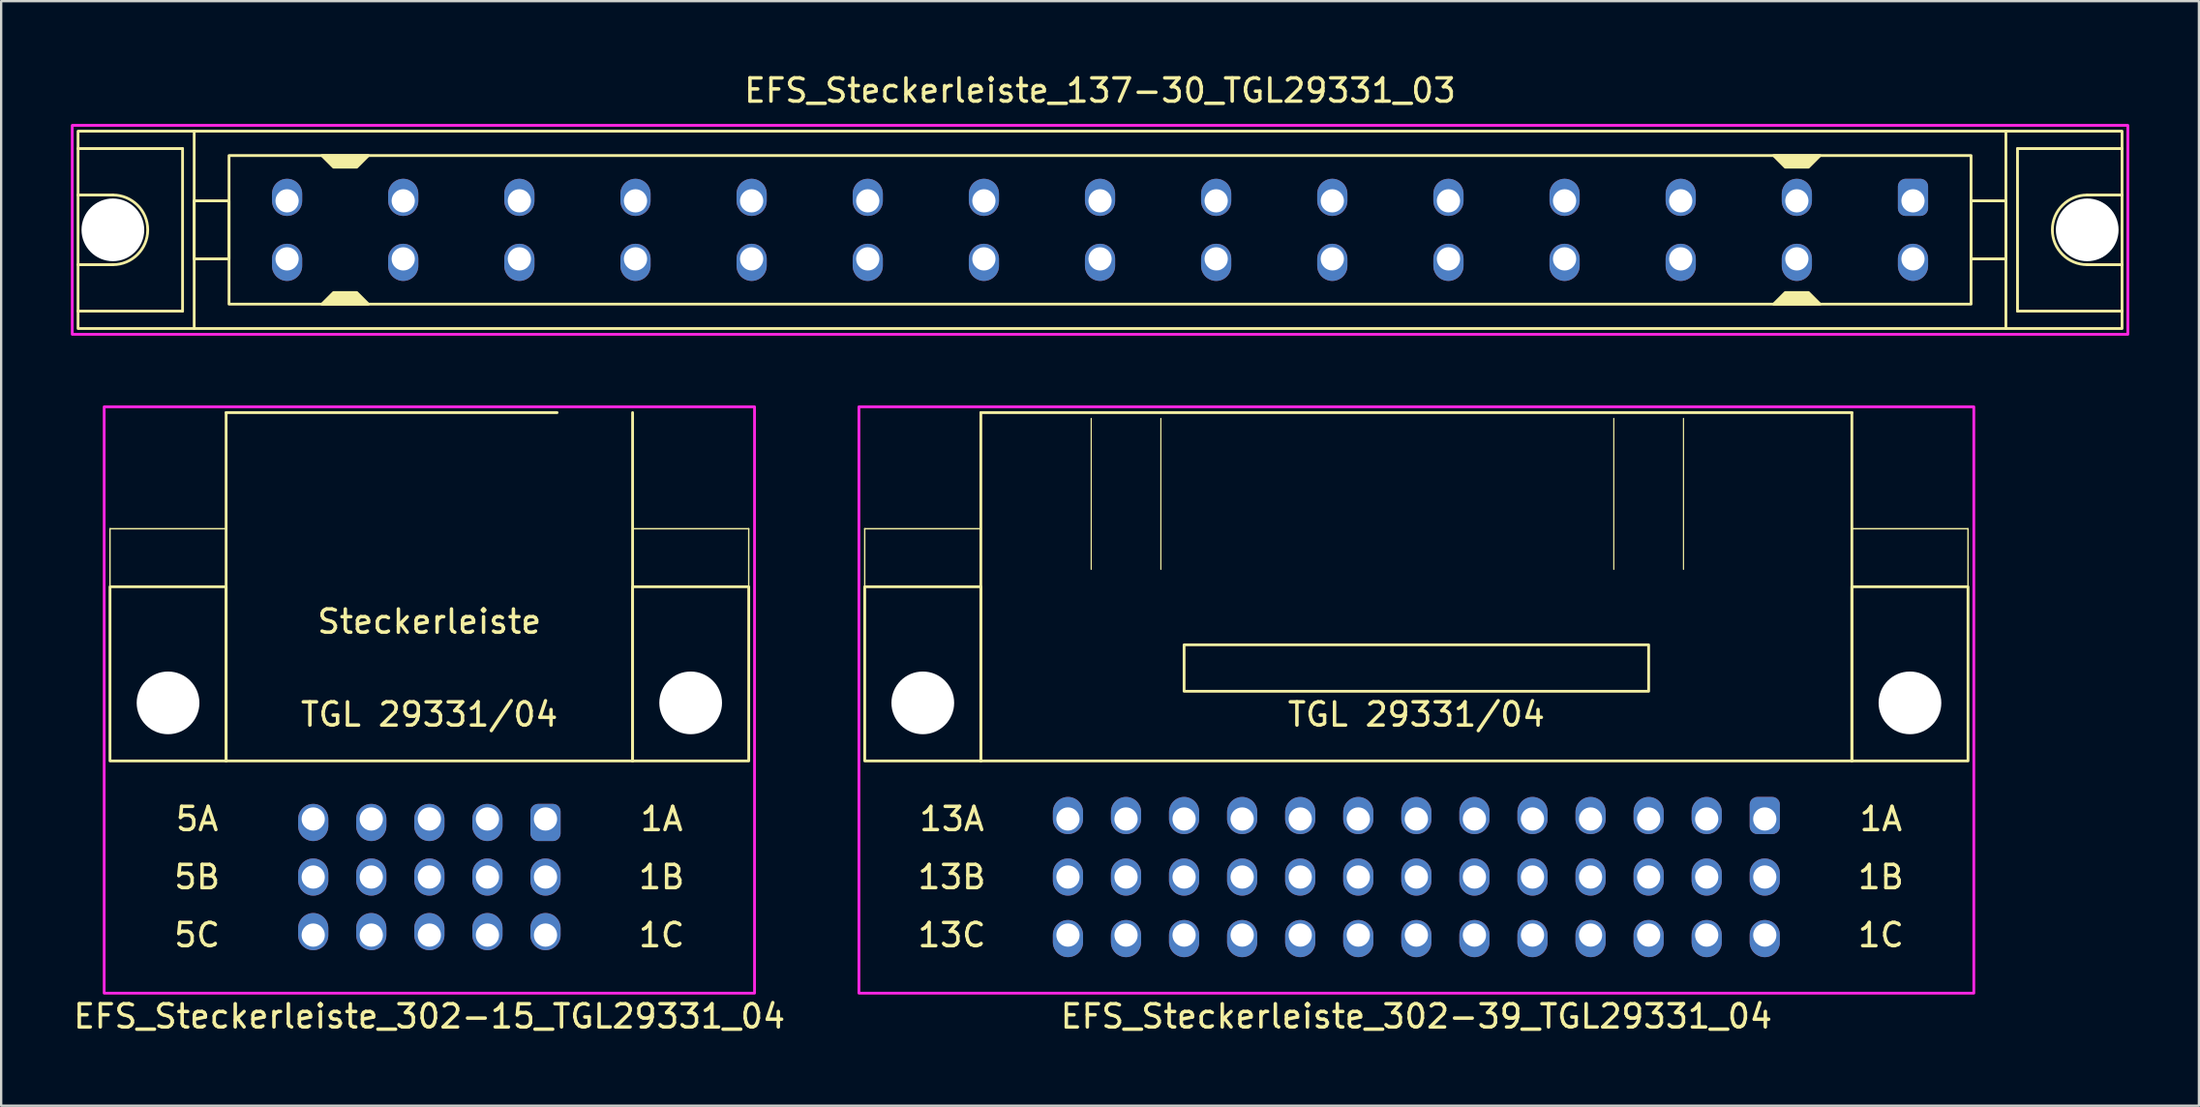
<source format=kicad_pcb>
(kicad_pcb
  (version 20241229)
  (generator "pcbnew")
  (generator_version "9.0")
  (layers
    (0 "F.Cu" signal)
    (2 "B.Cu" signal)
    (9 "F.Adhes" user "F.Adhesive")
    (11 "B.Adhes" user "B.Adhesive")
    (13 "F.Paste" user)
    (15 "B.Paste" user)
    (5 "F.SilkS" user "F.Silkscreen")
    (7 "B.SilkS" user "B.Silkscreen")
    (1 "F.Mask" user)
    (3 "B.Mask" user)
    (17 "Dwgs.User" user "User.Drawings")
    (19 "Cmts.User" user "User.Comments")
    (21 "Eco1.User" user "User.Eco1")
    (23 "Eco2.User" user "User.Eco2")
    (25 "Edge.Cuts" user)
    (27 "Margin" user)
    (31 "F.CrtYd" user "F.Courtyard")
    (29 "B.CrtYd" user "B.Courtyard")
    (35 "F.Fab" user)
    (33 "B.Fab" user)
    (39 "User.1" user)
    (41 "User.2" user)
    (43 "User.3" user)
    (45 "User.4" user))
  (footprint "EFS_Steckerleiste_302-39_TGL29331_04"
    (layer "F.Cu")
    (at 57.929 19.718)
    (property "Reference" "EFS_Steckerleiste_302-39_TGL29331_04" (at 0 21 180) (layer "F.SilkS") (effects (font (size 1 1) (thickness 0.15))))
    (attr through_hole)
    (fp_line (start -23.75 0) (end -23.75 2.5) (stroke (width 0.06) (type solid)) (layer "F.SilkS"))
    (fp_line (start -18.75 -5) (end -18.75 10) (stroke (width 0.12) (type solid)) (layer "F.SilkS"))
    (fp_line (start -18.75 -5) (end 18.75 -5) (stroke (width 0.12) (type solid)) (layer "F.SilkS"))
    (fp_line (start -18.75 0) (end -23.75 0) (stroke (width 0.06) (type solid)) (layer "F.SilkS"))
    (fp_line (start -18.75 10) (end 18.75 10) (stroke (width 0.12) (type solid)) (layer "F.SilkS"))
    (fp_line (start -14 -4.75) (end -14 1.75) (stroke (width 0.05) (type solid)) (layer "F.SilkS"))
    (fp_line (start -11 -4.75) (end -11 1.75) (stroke (width 0.05) (type solid)) (layer "F.SilkS"))
    (fp_line (start 8.5 -4.75) (end 8.5 1.75) (stroke (width 0.05) (type solid)) (layer "F.SilkS"))
    (fp_line (start 11.5 -4.75) (end 11.5 1.75) (stroke (width 0.05) (type solid)) (layer "F.SilkS"))
    (fp_line (start 18.75 10) (end 18.75 -5) (stroke (width 0.12) (type solid)) (layer "F.SilkS"))
    (fp_line (start 23.75 0) (end 18.75 0) (stroke (width 0.06) (type solid)) (layer "F.SilkS"))
    (fp_line (start 23.75 0) (end 23.75 2.5) (stroke (width 0.06) (type solid)) (layer "F.SilkS"))
    (fp_rect (start -18.75 10) (end -23.75 2.5) (stroke (width 0.12) (type solid)) (fill no) (layer "F.SilkS"))
    (fp_rect (start -10 7) (end 10 5) (stroke (width 0.12) (type solid)) (fill no) (layer "F.SilkS"))
    (fp_rect (start 23.75 10) (end 18.75 2.5) (stroke (width 0.12) (type solid)) (fill no) (layer "F.SilkS"))
    (fp_rect (start -24 -5.25) (end 24 20) (stroke (width 0.12) (type solid)) (fill no) (layer "F.CrtYd"))
    (fp_text user "13C" (at -20 17.5 0) (layer "F.SilkS") (effects (font (size 1 1) (thickness 0.15))))
    (fp_text user "1B" (at 20 15 0) (layer "F.SilkS") (effects (font (size 1 1) (thickness 0.15))))
    (fp_text user "1A" (at 20 12.5 0) (layer "F.SilkS") (effects (font (size 1 1) (thickness 0.15))))
    (fp_text user "1C" (at 20 17.5 0) (layer "F.SilkS") (effects (font (size 1 1) (thickness 0.15))))
    (fp_text user "TGL 29331/04" (at 0 8 0) (unlocked yes) (layer "F.SilkS") (effects (font (size 1 1) (thickness 0.15))))
    (fp_text user "13A" (at -20 12.5 0) (layer "F.SilkS") (effects (font (size 1 1) (thickness 0.15))))
    (fp_text user "13B" (at -20 15 0) (layer "F.SilkS") (effects (font (size 1 1) (thickness 0.15))))
    (pad "" np_thru_hole circle (at -21.25 7.5) (size 2.7 2.7) (drill 2.7) (layers "*.Cu" "*.Mask"))
    (pad "" np_thru_hole circle (at 21.25 7.5) (size 2.7 2.7) (drill 2.7) (layers "*.Cu" "*.Mask"))
    (pad "1a" thru_hole roundrect (at 15 12.5 180) (size 1.3 1.6) (drill 1 (offset 0 0.15)) (layers "*.Cu" "*.Mask") (roundrect_rratio 0.25))
    (pad "1b" thru_hole oval (at 15 15 180) (size 1.3 1.6) (drill 1) (layers "*.Cu" "*.Mask"))
    (pad "1c" thru_hole oval (at 15 17.5 180) (size 1.3 1.6) (drill 1 (offset 0 -0.15)) (layers "*.Cu" "*.Mask"))
    (pad "2a" thru_hole oval (at 12.5 12.5 180) (size 1.3 1.6) (drill 1 (offset 0 0.15)) (layers "*.Cu" "*.Mask"))
    (pad "2b" thru_hole oval (at 12.5 15 180) (size 1.3 1.6) (drill 1) (layers "*.Cu" "*.Mask"))
    (pad "2c" thru_hole oval (at 12.5 17.5 180) (size 1.3 1.6) (drill 1 (offset 0 -0.15)) (layers "*.Cu" "*.Mask"))
    (pad "3a" thru_hole oval (at 10 12.5 180) (size 1.3 1.6) (drill 1 (offset 0 0.15)) (layers "*.Cu" "*.Mask"))
    (pad "3b" thru_hole oval (at 10 15 180) (size 1.3 1.6) (drill 1) (layers "*.Cu" "*.Mask"))
    (pad "3c" thru_hole oval (at 10 17.5 180) (size 1.3 1.6) (drill 1 (offset 0 -0.15)) (layers "*.Cu" "*.Mask"))
    (pad "4a" thru_hole oval (at 7.5 12.5 180) (size 1.3 1.6) (drill 1 (offset 0 0.15)) (layers "*.Cu" "*.Mask"))
    (pad "4b" thru_hole oval (at 7.5 15 180) (size 1.3 1.6) (drill 1) (layers "*.Cu" "*.Mask"))
    (pad "4c" thru_hole oval (at 7.5 17.5 180) (size 1.3 1.6) (drill 1 (offset 0 -0.15)) (layers "*.Cu" "*.Mask"))
    (pad "5a" thru_hole oval (at 5 12.5 180) (size 1.3 1.6) (drill 1 (offset 0 0.15)) (layers "*.Cu" "*.Mask"))
    (pad "5b" thru_hole oval (at 5 15 180) (size 1.3 1.6) (drill 1) (layers "*.Cu" "*.Mask"))
    (pad "5c" thru_hole oval (at 5 17.5 180) (size 1.3 1.6) (drill 1 (offset 0 -0.15)) (layers "*.Cu" "*.Mask"))
    (pad "6a" thru_hole oval (at 2.5 12.5 180) (size 1.3 1.6) (drill 1 (offset 0 0.15)) (layers "*.Cu" "*.Mask"))
    (pad "6b" thru_hole oval (at 2.5 15 180) (size 1.3 1.6) (drill 1) (layers "*.Cu" "*.Mask"))
    (pad "6c" thru_hole oval (at 2.5 17.5 180) (size 1.3 1.6) (drill 1 (offset 0 -0.15)) (layers "*.Cu" "*.Mask"))
    (pad "7a" thru_hole oval (at 0 12.5 180) (size 1.3 1.6) (drill 1 (offset 0 0.15)) (layers "*.Cu" "*.Mask"))
    (pad "7b" thru_hole oval (at 0 15 180) (size 1.3 1.6) (drill 1) (layers "*.Cu" "*.Mask"))
    (pad "7c" thru_hole oval (at 0 17.5 180) (size 1.3 1.6) (drill 1 (offset 0 -0.15)) (layers "*.Cu" "*.Mask"))
    (pad "8a" thru_hole oval (at -2.5 12.5 180) (size 1.3 1.6) (drill 1 (offset 0 0.15)) (layers "*.Cu" "*.Mask"))
    (pad "8b" thru_hole oval (at -2.5 15 180) (size 1.3 1.6) (drill 1) (layers "*.Cu" "*.Mask"))
    (pad "8c" thru_hole oval (at -2.5 17.5 180) (size 1.3 1.6) (drill 1 (offset 0 -0.15)) (layers "*.Cu" "*.Mask"))
    (pad "9a" thru_hole oval (at -5 12.5 180) (size 1.3 1.6) (drill 1 (offset 0 0.15)) (layers "*.Cu" "*.Mask"))
    (pad "9b" thru_hole oval (at -5 15 180) (size 1.3 1.6) (drill 1) (layers "*.Cu" "*.Mask"))
    (pad "9c" thru_hole oval (at -5 17.5 180) (size 1.3 1.6) (drill 1 (offset 0 -0.15)) (layers "*.Cu" "*.Mask"))
    (pad "10a" thru_hole oval (at -7.5 12.5 180) (size 1.3 1.6) (drill 1 (offset 0 0.15)) (layers "*.Cu" "*.Mask"))
    (pad "10b" thru_hole oval (at -7.5 15 180) (size 1.3 1.6) (drill 1) (layers "*.Cu" "*.Mask"))
    (pad "10c" thru_hole oval (at -7.5 17.5 180) (size 1.3 1.6) (drill 1 (offset 0 -0.15)) (layers "*.Cu" "*.Mask"))
    (pad "11a" thru_hole oval (at -10 12.5 180) (size 1.3 1.6) (drill 1 (offset 0 0.15)) (layers "*.Cu" "*.Mask"))
    (pad "11b" thru_hole oval (at -10 15 180) (size 1.3 1.6) (drill 1) (layers "*.Cu" "*.Mask"))
    (pad "11c" thru_hole oval (at -10 17.5 180) (size 1.3 1.6) (drill 1 (offset 0 -0.15)) (layers "*.Cu" "*.Mask"))
    (pad "12a" thru_hole oval (at -12.5 12.5 180) (size 1.3 1.6) (drill 1 (offset 0 0.15)) (layers "*.Cu" "*.Mask"))
    (pad "12b" thru_hole oval (at -12.5 15 180) (size 1.3 1.6) (drill 1) (layers "*.Cu" "*.Mask"))
    (pad "12c" thru_hole oval (at -12.5 17.5 180) (size 1.3 1.6) (drill 1 (offset 0 -0.15)) (layers "*.Cu" "*.Mask"))
    (pad "13a" thru_hole oval (at -15 12.5 180) (size 1.3 1.6) (drill 1 (offset 0 0.15)) (layers "*.Cu" "*.Mask"))
    (pad "13b" thru_hole oval (at -15 15 180) (size 1.3 1.6) (drill 1) (layers "*.Cu" "*.Mask"))
    (pad "13c" thru_hole oval (at -15 17.5 180) (size 1.3 1.6) (drill 1 (offset 0 -0.15)) (layers "*.Cu" "*.Mask")))
  (footprint "EFS_Steckerleiste_302-15_TGL29331_04"
    (layer "F.Cu")
    (at 15.435 19.718)
    (property "Reference" "EFS_Steckerleiste_302-15_TGL29331_04" (at 0 21 180) (layer "F.SilkS") (effects (font (size 1 1) (thickness 0.15))))
    (attr through_hole)
    (fp_line (start -13.75 0) (end -13.75 2.5) (stroke (width 0.06) (type solid)) (layer "F.SilkS"))
    (fp_line (start -8.75 -5) (end -8.75 10) (stroke (width 0.12) (type solid)) (layer "F.SilkS"))
    (fp_line (start -8.75 -5) (end 5.5 -5) (stroke (width 0.12) (type solid)) (layer "F.SilkS"))
    (fp_line (start -8.75 0) (end -13.75 0) (stroke (width 0.06) (type solid)) (layer "F.SilkS"))
    (fp_line (start -8.75 10) (end 8.75 10) (stroke (width 0.12) (type solid)) (layer "F.SilkS"))
    (fp_line (start 8.75 10) (end 8.75 -5) (stroke (width 0.12) (type solid)) (layer "F.SilkS"))
    (fp_line (start 13.75 0) (end 8.75 0) (stroke (width 0.06) (type solid)) (layer "F.SilkS"))
    (fp_line (start 13.75 0) (end 13.75 2.5) (stroke (width 0.06) (type solid)) (layer "F.SilkS"))
    (fp_rect (start -8.75 10) (end -13.75 2.5) (stroke (width 0.12) (type solid)) (fill no) (layer "F.SilkS"))
    (fp_rect (start 13.75 10) (end 8.75 2.5) (stroke (width 0.12) (type solid)) (fill no) (layer "F.SilkS"))
    (fp_rect (start -14 -5.25) (end 14 20) (stroke (width 0.12) (type solid)) (fill no) (layer "F.CrtYd"))
    (fp_text user "TGL 29331/04" (at 0 8 0) (unlocked yes) (layer "F.SilkS") (effects (font (size 1 1) (thickness 0.15))))
    (fp_text user "5C" (at -10 17.5 0) (layer "F.SilkS") (effects (font (size 1 1) (thickness 0.15))))
    (fp_text user "1A" (at 10 12.5 0) (layer "F.SilkS") (effects (font (size 1 1) (thickness 0.15))))
    (fp_text user "Steckerleiste" (at 0 4 0) (unlocked yes) (layer "F.SilkS") (effects (font (size 1 1) (thickness 0.15))))
    (fp_text user "5B" (at -10 15 0) (layer "F.SilkS") (effects (font (size 1 1) (thickness 0.15))))
    (fp_text user "5A" (at -10 12.5 0) (layer "F.SilkS") (effects (font (size 1 1) (thickness 0.15))))
    (fp_text user "1C" (at 10 17.5 0) (layer "F.SilkS") (effects (font (size 1 1) (thickness 0.15))))
    (fp_text user "1B" (at 10 15 0) (layer "F.SilkS") (effects (font (size 1 1) (thickness 0.15))))
    (pad "" np_thru_hole circle (at -11.25 7.5) (size 2.7 2.7) (drill 2.7) (layers "*.Cu" "*.Mask"))
    (pad "" np_thru_hole circle (at 11.25 7.5) (size 2.7 2.7) (drill 2.7) (layers "*.Cu" "*.Mask"))
    (pad "1a" thru_hole roundrect (at 5 12.5 180) (size 1.3 1.6) (drill 1 (offset 0 -0.15)) (layers "*.Cu" "*.Mask") (roundrect_rratio 0.25))
    (pad "1b" thru_hole oval (at 5 15 180) (size 1.3 1.6) (drill 1) (layers "*.Cu" "*.Mask"))
    (pad "1c" thru_hole oval (at 5 17.5 180) (size 1.3 1.6) (drill 1 (offset 0 0.15)) (layers "*.Cu" "*.Mask"))
    (pad "2a" thru_hole oval (at 2.5 12.5 180) (size 1.3 1.6) (drill 1 (offset 0 -0.15)) (layers "*.Cu" "*.Mask"))
    (pad "2b" thru_hole oval (at 2.5 15 180) (size 1.3 1.6) (drill 1) (layers "*.Cu" "*.Mask"))
    (pad "2c" thru_hole oval (at 2.5 17.5 180) (size 1.3 1.6) (drill 1 (offset 0 0.15)) (layers "*.Cu" "*.Mask"))
    (pad "3a" thru_hole oval (at 0 12.5 180) (size 1.3 1.6) (drill 1 (offset 0 -0.15)) (layers "*.Cu" "*.Mask"))
    (pad "3b" thru_hole oval (at 0 15 180) (size 1.3 1.6) (drill 1) (layers "*.Cu" "*.Mask"))
    (pad "3c" thru_hole oval (at 0 17.5 180) (size 1.3 1.6) (drill 1 (offset 0 0.15)) (layers "*.Cu" "*.Mask"))
    (pad "4a" thru_hole oval (at -2.5 12.5 180) (size 1.3 1.6) (drill 1 (offset 0 -0.15)) (layers "*.Cu" "*.Mask"))
    (pad "4b" thru_hole oval (at -2.5 15 180) (size 1.3 1.6) (drill 1) (layers "*.Cu" "*.Mask"))
    (pad "4c" thru_hole oval (at -2.5 17.5 180) (size 1.3 1.6) (drill 1 (offset 0 0.15)) (layers "*.Cu" "*.Mask"))
    (pad "5a" thru_hole oval (at -5 12.5 180) (size 1.3 1.6) (drill 1 (offset 0 -0.15)) (layers "*.Cu" "*.Mask"))
    (pad "5b" thru_hole oval (at -5 15 180) (size 1.3 1.6) (drill 1) (layers "*.Cu" "*.Mask"))
    (pad "5c" thru_hole oval (at -5 17.5 180) (size 1.3 1.6) (drill 1 (offset 0 0.15)) (layers "*.Cu" "*.Mask")))
  (footprint "EFS_Steckerleiste_137-30_TGL29331_03"
    (layer "F.Cu")
    (at 44.31 6.848)
    (property "Reference" "EFS_Steckerleiste_137-30_TGL29331_03" (at 0 -6 180) (layer "F.SilkS") (effects (font (size 1 1) (thickness 0.15))))
    (attr through_hole)
    (fp_line (start -44 -3.5) (end -39.5 -3.5) (stroke (width 0.12) (type solid)) (layer "F.SilkS"))
    (fp_line (start -42.5 -1.5) (end -44 -1.5) (stroke (width 0.12) (type solid)) (layer "F.SilkS"))
    (fp_line (start -42.5 1.5) (end -44 1.5) (stroke (width 0.12) (type solid)) (layer "F.SilkS"))
    (fp_line (start -39.5 -3.5) (end -39.5 3.5) (stroke (width 0.12) (type solid)) (layer "F.SilkS"))
    (fp_line (start -39.5 3.5) (end -44 3.5) (stroke (width 0.12) (type solid)) (layer "F.SilkS"))
    (fp_line (start -39 4.25) (end -39 -4.25) (stroke (width 0.12) (type solid)) (layer "F.SilkS"))
    (fp_line (start 39 4.25) (end 39 -4.25) (stroke (width 0.12) (type solid)) (layer "F.SilkS"))
    (fp_line (start 39.5 -3.5) (end 39.5 3.5) (stroke (width 0.12) (type solid)) (layer "F.SilkS"))
    (fp_line (start 39.5 3.5) (end 44 3.5) (stroke (width 0.12) (type solid)) (layer "F.SilkS"))
    (fp_line (start 42.5 -1.5) (end 44 -1.5) (stroke (width 0.12) (type solid)) (layer "F.SilkS"))
    (fp_line (start 42.5 1.5) (end 44 1.5) (stroke (width 0.12) (type solid)) (layer "F.SilkS"))
    (fp_line (start 44 -3.5) (end 39.5 -3.5) (stroke (width 0.12) (type solid)) (layer "F.SilkS"))
    (fp_rect (start -44 -4.25) (end 44 4.25) (stroke (width 0.12) (type solid)) (fill no) (layer "F.SilkS"))
    (fp_rect (start -37.5 -3.2) (end 37.5 3.2) (stroke (width 0.12) (type solid)) (fill no) (layer "F.SilkS"))
    (fp_rect (start -37.5 -1.25) (end -39 1.25) (stroke (width 0.12) (type solid)) (fill no) (layer "F.SilkS"))
    (fp_rect (start 39 -1.25) (end 37.5 1.25) (stroke (width 0.12) (type solid)) (fill no) (layer "F.SilkS"))
    (fp_arc (start -42.5 -1.5) (mid -41 0) (end -42.5 1.5) (stroke (width 0.12) (type solid)) (layer "F.SilkS"))
    (fp_arc (start 42.5 1.5) (mid 41 0) (end 42.5 -1.5) (stroke (width 0.12) (type solid)) (layer "F.SilkS"))
    (fp_poly (pts (xy -33 2.7) (xy -32 2.7) (xy -31.5 3.2) (xy -33.5 3.2)) (stroke (width 0.12) (type solid)) (fill yes) (layer "F.SilkS"))
    (fp_poly (pts (xy -32 -2.7) (xy -33 -2.7) (xy -33.5 -3.2) (xy -31.5 -3.2)) (stroke (width 0.12) (type solid)) (fill yes) (layer "F.SilkS"))
    (fp_poly (pts (xy 29.5 2.7) (xy 30.5 2.7) (xy 31 3.2) (xy 29 3.2)) (stroke (width 0.12) (type solid)) (fill yes) (layer "F.SilkS"))
    (fp_poly (pts (xy 30.5 -2.7) (xy 29.5 -2.7) (xy 29 -3.2) (xy 31 -3.2)) (stroke (width 0.12) (type solid)) (fill yes) (layer "F.SilkS"))
    (fp_rect (start -44.25 -4.5) (end 44.25 4.5) (stroke (width 0.12) (type solid)) (fill no) (layer "F.CrtYd"))
    (pad "" np_thru_hole circle (at -42.5 0) (size 2.7 2.7) (drill 2.7) (layers "*.Cu" "*.Mask"))
    (pad "" np_thru_hole circle (at 42.5 0) (size 2.7 2.7) (drill 2.7) (layers "*.Cu" "*.Mask"))
    (pad "1a" thru_hole roundrect (at 35 -1.25) (size 1.3 1.6) (drill 1 (offset 0 -0.15)) (layers "*.Cu" "*.Mask") (roundrect_rratio 0.25))
    (pad "1b" thru_hole oval (at 35 1.25) (size 1.3 1.6) (drill 1 (offset 0 0.15)) (layers "*.Cu" "*.Mask"))
    (pad "2a" thru_hole oval (at 30 -1.25) (size 1.3 1.6) (drill 1 (offset 0 -0.15)) (layers "*.Cu" "*.Mask"))
    (pad "2b" thru_hole oval (at 30 1.25) (size 1.3 1.6) (drill 1 (offset 0 0.15)) (layers "*.Cu" "*.Mask"))
    (pad "3a" thru_hole oval (at 25 -1.25) (size 1.3 1.6) (drill 1 (offset 0 -0.15)) (layers "*.Cu" "*.Mask"))
    (pad "3b" thru_hole oval (at 25 1.25) (size 1.3 1.6) (drill 1 (offset 0 0.15)) (layers "*.Cu" "*.Mask"))
    (pad "4a" thru_hole oval (at 20 -1.25) (size 1.3 1.6) (drill 1 (offset 0 -0.15)) (layers "*.Cu" "*.Mask"))
    (pad "4b" thru_hole oval (at 20 1.25) (size 1.3 1.6) (drill 1 (offset 0 0.15)) (layers "*.Cu" "*.Mask"))
    (pad "5a" thru_hole oval (at 15 -1.25) (size 1.3 1.6) (drill 1 (offset 0 -0.15)) (layers "*.Cu" "*.Mask"))
    (pad "5b" thru_hole oval (at 15 1.25) (size 1.3 1.6) (drill 1 (offset 0 0.15)) (layers "*.Cu" "*.Mask"))
    (pad "6a" thru_hole oval (at 10 -1.25) (size 1.3 1.6) (drill 1 (offset 0 -0.15)) (layers "*.Cu" "*.Mask"))
    (pad "6b" thru_hole oval (at 10 1.25) (size 1.3 1.6) (drill 1 (offset 0 0.15)) (layers "*.Cu" "*.Mask"))
    (pad "7a" thru_hole oval (at 5 -1.25) (size 1.3 1.6) (drill 1 (offset 0 -0.15)) (layers "*.Cu" "*.Mask"))
    (pad "7b" thru_hole oval (at 5 1.25) (size 1.3 1.6) (drill 1 (offset 0 0.15)) (layers "*.Cu" "*.Mask"))
    (pad "8a" thru_hole oval (at 0 -1.25) (size 1.3 1.6) (drill 1 (offset 0 -0.15)) (layers "*.Cu" "*.Mask"))
    (pad "8b" thru_hole oval (at 0 1.25) (size 1.3 1.6) (drill 1 (offset 0 0.15)) (layers "*.Cu" "*.Mask"))
    (pad "9a" thru_hole oval (at -5 -1.25) (size 1.3 1.6) (drill 1 (offset 0 -0.15)) (layers "*.Cu" "*.Mask"))
    (pad "9b" thru_hole oval (at -5 1.25) (size 1.3 1.6) (drill 1 (offset 0 0.15)) (layers "*.Cu" "*.Mask"))
    (pad "10a" thru_hole oval (at -10 -1.25) (size 1.3 1.6) (drill 1 (offset 0 -0.15)) (layers "*.Cu" "*.Mask"))
    (pad "10b" thru_hole oval (at -10 1.25) (size 1.3 1.6) (drill 1 (offset 0 0.15)) (layers "*.Cu" "*.Mask"))
    (pad "11a" thru_hole oval (at -15 -1.25) (size 1.3 1.6) (drill 1 (offset 0 -0.15)) (layers "*.Cu" "*.Mask"))
    (pad "11b" thru_hole oval (at -15 1.25) (size 1.3 1.6) (drill 1 (offset 0 0.15)) (layers "*.Cu" "*.Mask"))
    (pad "12a" thru_hole oval (at -20 -1.25) (size 1.3 1.6) (drill 1 (offset 0 -0.15)) (layers "*.Cu" "*.Mask"))
    (pad "12b" thru_hole oval (at -20 1.25) (size 1.3 1.6) (drill 1 (offset 0 0.15)) (layers "*.Cu" "*.Mask"))
    (pad "13a" thru_hole oval (at -25 -1.25) (size 1.3 1.6) (drill 1 (offset 0 -0.15)) (layers "*.Cu" "*.Mask"))
    (pad "13b" thru_hole oval (at -25 1.25) (size 1.3 1.6) (drill 1 (offset 0 0.15)) (layers "*.Cu" "*.Mask"))
    (pad "14a" thru_hole oval (at -30 -1.25) (size 1.3 1.6) (drill 1 (offset 0 -0.15)) (layers "*.Cu" "*.Mask"))
    (pad "14b" thru_hole oval (at -30 1.25) (size 1.3 1.6) (drill 1 (offset 0 0.15)) (layers "*.Cu" "*.Mask"))
    (pad "15a" thru_hole oval (at -35 -1.25) (size 1.3 1.6) (drill 1 (offset 0 -0.15)) (layers "*.Cu" "*.Mask"))
    (pad "15b" thru_hole oval (at -35 1.25) (size 1.3 1.6) (drill 1 (offset 0 0.15)) (layers "*.Cu" "*.Mask")))
  (gr_rect
    (start -3 -3)
    (end 91.62 44.566)
    (stroke (width 0.1) (type default))
    (fill no)
    (layer "Edge.Cuts")))
</source>
